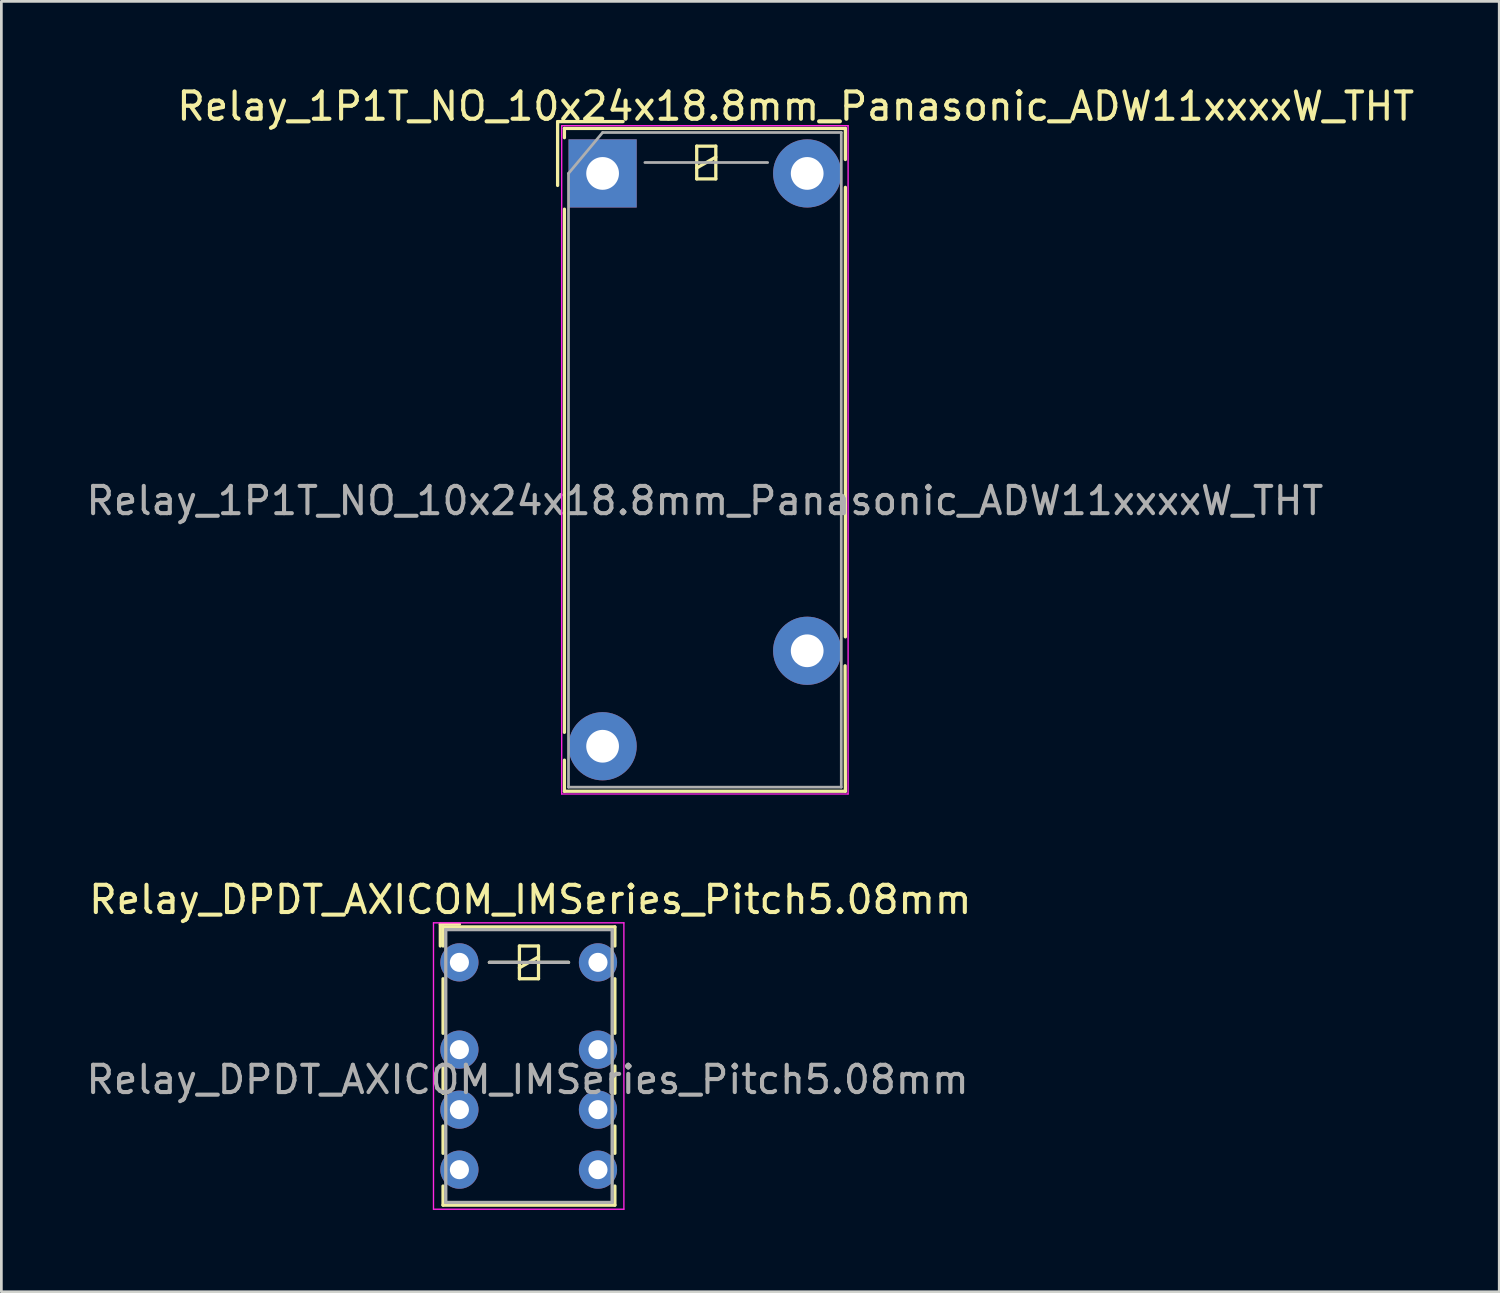
<source format=kicad_pcb>
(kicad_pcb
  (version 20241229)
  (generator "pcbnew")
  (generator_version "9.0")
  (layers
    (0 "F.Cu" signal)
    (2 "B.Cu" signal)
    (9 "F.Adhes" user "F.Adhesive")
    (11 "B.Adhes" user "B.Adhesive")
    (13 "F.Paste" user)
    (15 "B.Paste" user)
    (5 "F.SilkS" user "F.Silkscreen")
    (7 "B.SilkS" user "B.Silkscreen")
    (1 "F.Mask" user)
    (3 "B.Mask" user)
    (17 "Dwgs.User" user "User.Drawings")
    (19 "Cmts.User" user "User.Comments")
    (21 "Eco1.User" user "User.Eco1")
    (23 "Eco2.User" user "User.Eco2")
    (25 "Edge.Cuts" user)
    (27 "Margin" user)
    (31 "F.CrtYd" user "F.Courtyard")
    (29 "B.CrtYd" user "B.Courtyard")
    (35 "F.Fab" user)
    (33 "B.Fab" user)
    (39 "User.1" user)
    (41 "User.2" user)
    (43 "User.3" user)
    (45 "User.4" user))
  (footprint "Relay_DPDT_AXICOM_IMSeries_Pitch5.08mm"
    (layer "F.Cu")
    (at 13.792 32.231)
    (property "Reference" "Relay_DPDT_AXICOM_IMSeries_Pitch5.08mm" (at 2.6 -2.3 0) (layer "F.SilkS") (effects (font (size 1 1) (thickness 0.15))))
    (attr through_hole)
    (fp_line (start -0.7 -1.4) (end 0 -1.4) (stroke (width 0.12) (type solid)) (layer "F.SilkS"))
    (fp_line (start -0.7 -0.6) (end -0.7 -1.4) (stroke (width 0.12) (type solid)) (layer "F.SilkS"))
    (fp_line (start -0.6 -1.3) (end 5.7 -1.3) (stroke (width 0.12) (type solid)) (layer "F.SilkS"))
    (fp_line (start -0.6 -0.6) (end -0.6 -1.3) (stroke (width 0.12) (type solid)) (layer "F.SilkS"))
    (fp_line (start -0.6 2.6) (end -0.6 0.6) (stroke (width 0.12) (type solid)) (layer "F.SilkS"))
    (fp_line (start -0.6 4.8) (end -0.6 3.8) (stroke (width 0.12) (type solid)) (layer "F.SilkS"))
    (fp_line (start -0.6 7) (end -0.6 6) (stroke (width 0.12) (type solid)) (layer "F.SilkS"))
    (fp_line (start -0.6 8.2) (end -0.6 8.9) (stroke (width 0.12) (type solid)) (layer "F.SilkS"))
    (fp_line (start 2.2 -0.6) (end 2.2 0.6) (stroke (width 0.12) (type solid)) (layer "F.SilkS"))
    (fp_line (start 2.2 0) (end 1.1 0) (stroke (width 0.12) (type solid)) (layer "F.SilkS"))
    (fp_line (start 2.2 0.2) (end 2.9 -0.2) (stroke (width 0.12) (type solid)) (layer "F.SilkS"))
    (fp_line (start 2.2 0.6) (end 2.9 0.6) (stroke (width 0.12) (type solid)) (layer "F.SilkS"))
    (fp_line (start 2.9 -0.6) (end 2.2 -0.6) (stroke (width 0.12) (type solid)) (layer "F.SilkS"))
    (fp_line (start 2.9 0) (end 4 0) (stroke (width 0.12) (type solid)) (layer "F.SilkS"))
    (fp_line (start 2.9 0.6) (end 2.9 -0.6) (stroke (width 0.12) (type solid)) (layer "F.SilkS"))
    (fp_line (start 5.7 -1.3) (end 5.7 -0.6) (stroke (width 0.12) (type solid)) (layer "F.SilkS"))
    (fp_line (start 5.7 0.6) (end 5.7 2.6) (stroke (width 0.12) (type solid)) (layer "F.SilkS"))
    (fp_line (start 5.7 3.8) (end 5.7 4.8) (stroke (width 0.12) (type solid)) (layer "F.SilkS"))
    (fp_line (start 5.7 6) (end 5.7 7) (stroke (width 0.12) (type solid)) (layer "F.SilkS"))
    (fp_line (start 5.7 8.2) (end 5.7 8.9) (stroke (width 0.12) (type solid)) (layer "F.SilkS"))
    (fp_line (start 5.7 8.9) (end -0.6 8.9) (stroke (width 0.12) (type solid)) (layer "F.SilkS"))
    (fp_line (start -0.95 -1.45) (end -0.95 9.05) (stroke (width 0.05) (type solid)) (layer "F.CrtYd"))
    (fp_line (start -0.95 -1.45) (end 6.03 -1.45) (stroke (width 0.05) (type solid)) (layer "F.CrtYd"))
    (fp_line (start 6.03 9.05) (end -0.95 9.05) (stroke (width 0.05) (type solid)) (layer "F.CrtYd"))
    (fp_line (start 6.03 9.05) (end 6.03 -1.45) (stroke (width 0.05) (type solid)) (layer "F.CrtYd"))
    (fp_line (start -0.5 -1.2) (end -0.5 8.8) (stroke (width 0.12) (type solid)) (layer "F.Fab"))
    (fp_line (start -0.5 8.8) (end 5.6 8.8) (stroke (width 0.12) (type solid)) (layer "F.Fab"))
    (fp_line (start 1.1 0) (end 4 0) (stroke (width 0.12) (type solid)) (layer "F.Fab"))
    (fp_line (start 5.6 -1.2) (end -0.5 -1.2) (stroke (width 0.12) (type solid)) (layer "F.Fab"))
    (fp_line (start 5.6 8.8) (end 5.6 -1.2) (stroke (width 0.12) (type solid)) (layer "F.Fab"))
    (fp_text user "${REFERENCE}" (at 2.5 4.3 0) (layer "F.Fab") (effects (font (size 1 1) (thickness 0.15))))
    (pad "1" thru_hole circle (at 0 0) (size 1.4 1.4) (drill 0.7) (layers "*.Cu" "*.Mask"))
    (pad "2" thru_hole circle (at 0 3.2) (size 1.4 1.4) (drill 0.7) (layers "*.Cu" "*.Mask"))
    (pad "3" thru_hole circle (at 0 5.4) (size 1.4 1.4) (drill 0.7) (layers "*.Cu" "*.Mask"))
    (pad "4" thru_hole circle (at 0 7.6) (size 1.4 1.4) (drill 0.7) (layers "*.Cu" "*.Mask"))
    (pad "5" thru_hole circle (at 5.08 7.6) (size 1.4 1.4) (drill 0.7) (layers "*.Cu" "*.Mask"))
    (pad "6" thru_hole circle (at 5.08 5.4) (size 1.4 1.4) (drill 0.7) (layers "*.Cu" "*.Mask"))
    (pad "7" thru_hole circle (at 5.08 3.2) (size 1.4 1.4) (drill 0.7) (layers "*.Cu" "*.Mask"))
    (pad "8" thru_hole circle (at 5.08 0) (size 1.4 1.4) (drill 0.7) (layers "*.Cu" "*.Mask")))
  (footprint "Relay_1P1T_NO_10x24x18.8mm_Panasonic_ADW11xxxxW_THT"
    (layer "F.Cu")
    (at 19.042 3.308)
    (property "Reference" "Relay_1P1T_NO_10x24x18.8mm_Panasonic_ADW11xxxxW_THT" (at 7.08 -2.46 180) (layer "F.SilkS") (effects (font (size 1 1) (thickness 0.15))))
    (attr through_hole)
    (fp_line (start -1.65 -1.9) (end 0.75 -1.9) (stroke (width 0.12) (type solid)) (layer "F.SilkS"))
    (fp_line (start -1.65 0.44) (end -1.65 -1.9) (stroke (width 0.12) (type solid)) (layer "F.SilkS"))
    (fp_line (start -1.4 -1.65) (end -1.4 -1.31) (stroke (width 0.12) (type solid)) (layer "F.SilkS"))
    (fp_line (start -1.4 1.31) (end -1.4 20.49) (stroke (width 0.12) (type solid)) (layer "F.SilkS"))
    (fp_line (start -1.4 22.65) (end -1.4 21.51) (stroke (width 0.12) (type solid)) (layer "F.SilkS"))
    (fp_line (start 3.45 -1) (end 3.45 0.2) (stroke (width 0.12) (type solid)) (layer "F.SilkS"))
    (fp_line (start 3.45 -0.2) (end 4.15 -0.6) (stroke (width 0.12) (type solid)) (layer "F.SilkS"))
    (fp_line (start 3.45 0.2) (end 4.15 0.2) (stroke (width 0.12) (type solid)) (layer "F.SilkS"))
    (fp_line (start 4.15 -1) (end 3.45 -1) (stroke (width 0.12) (type solid)) (layer "F.SilkS"))
    (fp_line (start 4.15 0.2) (end 4.15 -1) (stroke (width 0.12) (type solid)) (layer "F.SilkS"))
    (fp_line (start 8.89 18.05) (end 8.9 22.65) (stroke (width 0.12) (type solid)) (layer "F.SilkS"))
    (fp_line (start 8.9 -1.65) (end -1.4 -1.65) (stroke (width 0.12) (type solid)) (layer "F.SilkS"))
    (fp_line (start 8.9 -1.65) (end 8.9 -0.51) (stroke (width 0.12) (type solid)) (layer "F.SilkS"))
    (fp_line (start 8.9 0.51) (end 8.9 16.99) (stroke (width 0.12) (type solid)) (layer "F.SilkS"))
    (fp_line (start 8.9 22.65) (end -1.4 22.65) (stroke (width 0.12) (type solid)) (layer "F.SilkS"))
    (fp_line (start -1.5 -1.75) (end -1.5 22.75) (stroke (width 0.05) (type solid)) (layer "F.CrtYd"))
    (fp_line (start 9 -1.75) (end -1.5 -1.75) (stroke (width 0.05) (type solid)) (layer "F.CrtYd"))
    (fp_line (start 9 22.75) (end -1.5 22.75) (stroke (width 0.05) (type solid)) (layer "F.CrtYd"))
    (fp_line (start 9 22.75) (end 9 -1.75) (stroke (width 0.05) (type solid)) (layer "F.CrtYd"))
    (fp_line (start -1.25 0) (end -1.25 22.5) (stroke (width 0.1) (type solid)) (layer "F.Fab"))
    (fp_line (start -1.25 0) (end 0 -1.5) (stroke (width 0.1) (type solid)) (layer "F.Fab"))
    (fp_line (start 1.55 -0.4) (end 6.05 -0.4) (stroke (width 0.1) (type solid)) (layer "F.Fab"))
    (fp_line (start 8.75 -1.5) (end 0 -1.5) (stroke (width 0.1) (type solid)) (layer "F.Fab"))
    (fp_line (start 8.75 22.5) (end -1.25 22.5) (stroke (width 0.1) (type solid)) (layer "F.Fab"))
    (fp_line (start 8.75 22.5) (end 8.75 -1.5) (stroke (width 0.1) (type solid)) (layer "F.Fab"))
    (fp_text user "${REFERENCE}" (at 3.75 12 180) (layer "F.Fab") (effects (font (size 1 1) (thickness 0.15))))
    (pad "1" thru_hole rect (at 0 0) (size 2.5 2.5) (drill 1.2) (layers "*.Cu" "*.Mask"))
    (pad "3" thru_hole oval (at 0 21) (size 2.5 2.5) (drill 1.2) (layers "*.Cu" "*.Mask"))
    (pad "5" thru_hole oval (at 7.5 17.5) (size 2.5 2.5) (drill 1.2) (layers "*.Cu" "*.Mask"))
    (pad "6" thru_hole oval (at 7.5 0) (size 2.5 2.5) (drill 1.2) (layers "*.Cu" "*.Mask")))
  (gr_rect
    (start -3 -3)
    (end 51.913 44.306)
    (stroke (width 0.1) (type default))
    (fill no)
    (layer "Edge.Cuts")))
</source>
